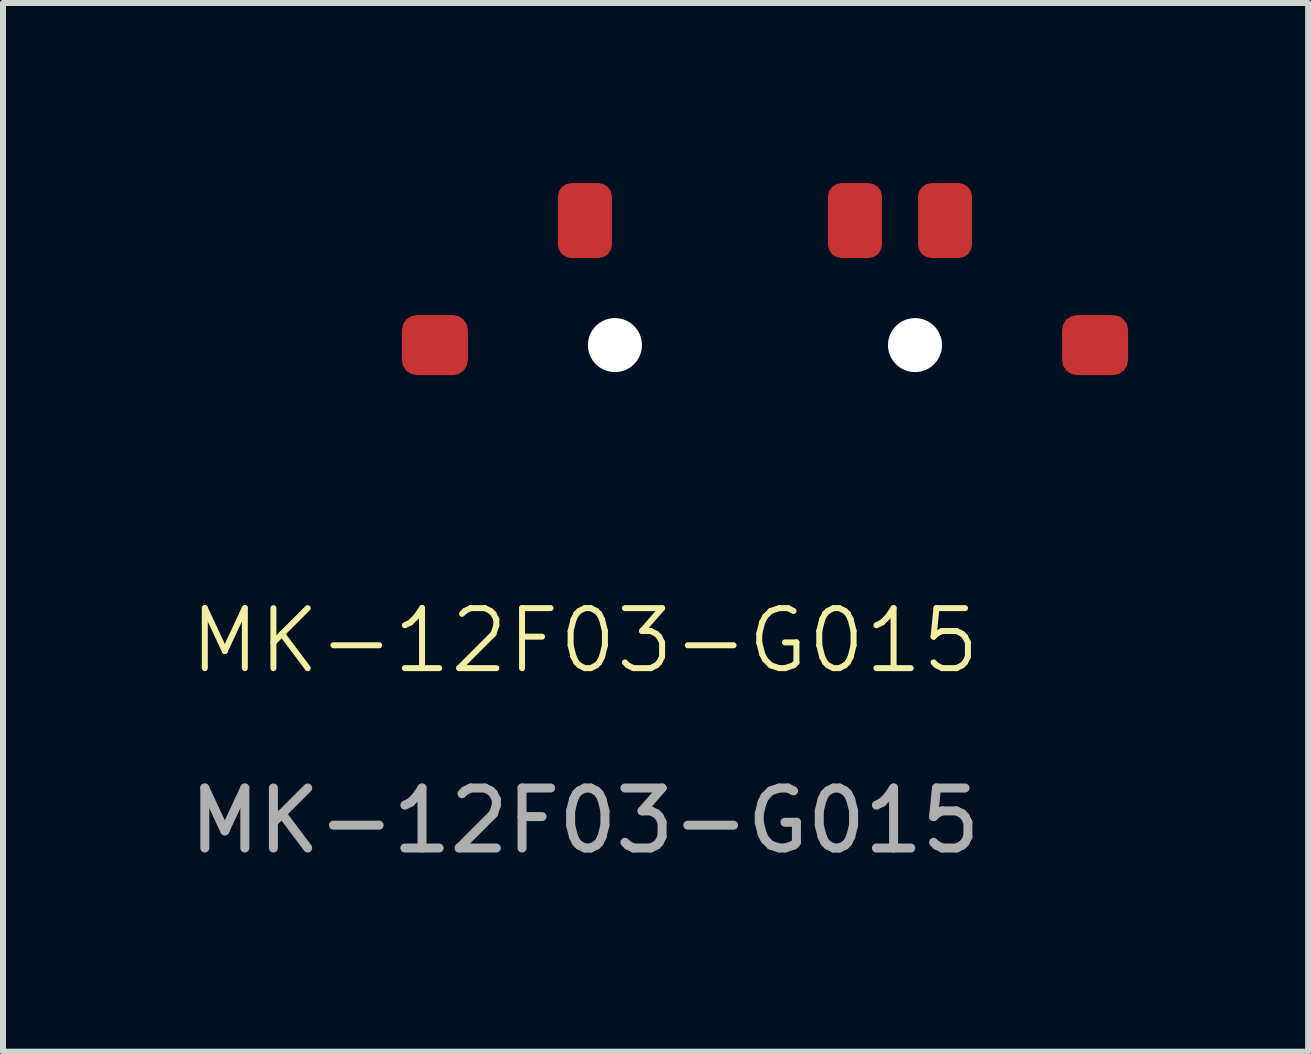
<source format=kicad_pcb>
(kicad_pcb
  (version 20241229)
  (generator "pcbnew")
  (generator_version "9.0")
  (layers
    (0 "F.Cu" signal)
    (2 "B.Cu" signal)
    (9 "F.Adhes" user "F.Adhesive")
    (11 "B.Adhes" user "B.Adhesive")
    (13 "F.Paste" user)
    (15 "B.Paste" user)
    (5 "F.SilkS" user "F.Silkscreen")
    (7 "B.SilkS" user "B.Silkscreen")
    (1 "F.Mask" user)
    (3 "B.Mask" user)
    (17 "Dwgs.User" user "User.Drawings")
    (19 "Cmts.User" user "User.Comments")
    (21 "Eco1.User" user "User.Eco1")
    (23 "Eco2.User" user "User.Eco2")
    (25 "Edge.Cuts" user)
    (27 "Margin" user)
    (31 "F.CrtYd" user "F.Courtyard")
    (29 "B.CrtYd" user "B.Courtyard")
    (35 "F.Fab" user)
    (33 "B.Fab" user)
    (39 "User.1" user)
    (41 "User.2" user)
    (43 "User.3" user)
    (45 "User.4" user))
  (footprint "MK-12F03-G015"
    (layer "F.Cu")
    (at 6.696 8.125)
    (property "Reference" "MK-12F03-G015" (at 0 -0.5 0) (unlocked yes) (layer "F.SilkS") (effects (font (size 1 1) (thickness 0.1))))
    (attr smd)
    (fp_text user "${REFERENCE}" (at 0 2.5 0) (unlocked yes) (layer "F.Fab") (effects (font (size 1 1) (thickness 0.15))))
    (pad "" np_thru_hole circle (at 0.5 -5.425) (size 0.9 0.9) (drill 0.9) (layers "*.Cu" "*.Mask"))
    (pad "" np_thru_hole circle (at 5.5 -5.425) (size 0.9 0.9) (drill 0.9) (layers "*.Cu" "*.Mask"))
    (pad "1" smd roundrect (at 0 -7.5) (size 0.9 1.25) (layers "F.Cu" "F.Mask" "F.Paste") (roundrect_rratio 0.25))
    (pad "2" smd roundrect (at 4.5 -7.5) (size 0.9 1.25) (layers "F.Cu" "F.Mask" "F.Paste") (roundrect_rratio 0.25))
    (pad "3" smd roundrect (at 6 -7.5) (size 0.9 1.25) (layers "F.Cu" "F.Mask" "F.Paste") (roundrect_rratio 0.25))
    (pad "4" smd roundrect (at -2.5 -5.425) (size 1.1 1) (layers "F.Cu" "F.Mask" "F.Paste") (roundrect_rratio 0.25))
    (pad "5" smd roundrect (at 8.5 -5.425) (size 1.1 1) (layers "F.Cu" "F.Mask" "F.Paste") (roundrect_rratio 0.25)))
  (gr_rect
    (start -3 -3)
    (end 18.746 14.473)
    (stroke (width 0.1) (type default))
    (fill no)
    (layer "Edge.Cuts")))
</source>
